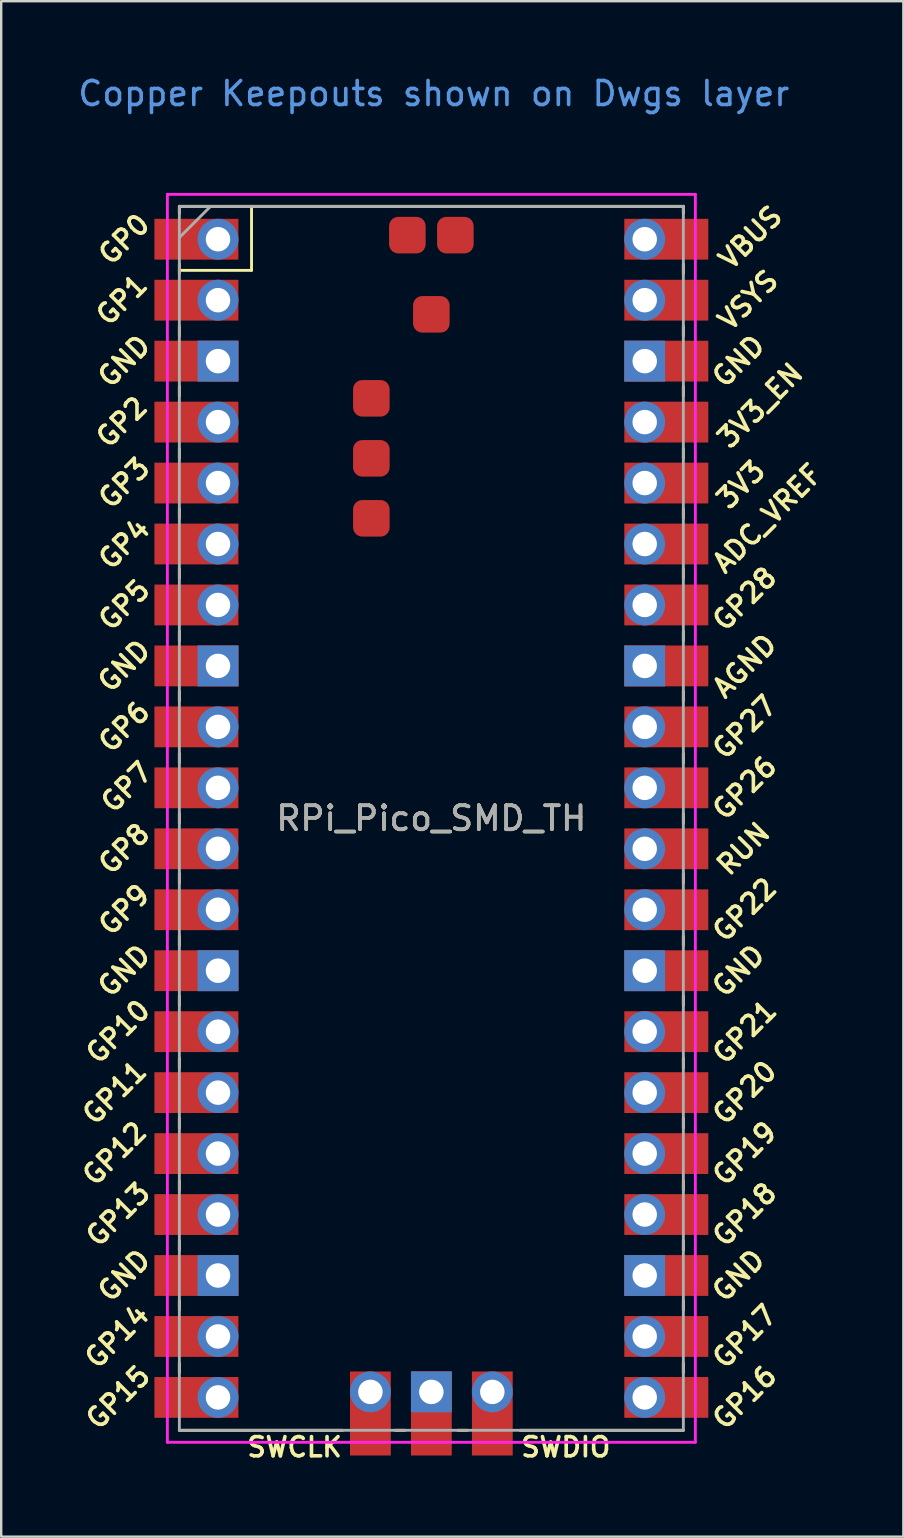
<source format=kicad_pcb>
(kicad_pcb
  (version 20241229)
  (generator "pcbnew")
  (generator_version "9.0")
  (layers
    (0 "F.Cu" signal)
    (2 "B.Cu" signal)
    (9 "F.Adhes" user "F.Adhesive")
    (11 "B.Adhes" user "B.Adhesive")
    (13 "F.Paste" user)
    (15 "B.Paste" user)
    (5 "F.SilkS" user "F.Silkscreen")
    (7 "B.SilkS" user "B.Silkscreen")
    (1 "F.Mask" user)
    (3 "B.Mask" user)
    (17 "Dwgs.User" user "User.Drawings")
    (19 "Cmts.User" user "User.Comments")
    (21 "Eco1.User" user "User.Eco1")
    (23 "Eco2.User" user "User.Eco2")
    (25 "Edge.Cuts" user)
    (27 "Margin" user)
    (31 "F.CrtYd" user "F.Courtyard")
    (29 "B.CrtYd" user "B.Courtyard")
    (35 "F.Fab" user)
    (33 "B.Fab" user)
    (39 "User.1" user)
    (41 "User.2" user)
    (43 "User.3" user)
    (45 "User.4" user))
  (footprint "RPi_Pico_SMD_TH"
    (layer "F.Cu")
    (at 14.924 31.048)
    (property "Reference" "RPi_Pico_SMD_TH" (at 0 0 0) (layer "F.SilkS") (effects (font (size 1 1) (thickness 0.15))))
    (attr through_hole)
    (fp_line (start -10.5 -25.5) (end -10.5 -25.2) (stroke (width 0.12) (type solid)) (layer "F.SilkS"))
    (fp_line (start -10.5 -25.5) (end 10.5 -25.5) (stroke (width 0.12) (type solid)) (layer "F.SilkS"))
    (fp_line (start -10.5 -23.1) (end -10.5 -22.7) (stroke (width 0.12) (type solid)) (layer "F.SilkS"))
    (fp_line (start -10.5 -22.833) (end -7.493 -22.833) (stroke (width 0.12) (type solid)) (layer "F.SilkS"))
    (fp_line (start -10.5 -20.5) (end -10.5 -20.1) (stroke (width 0.12) (type solid)) (layer "F.SilkS"))
    (fp_line (start -10.5 -18) (end -10.5 -17.6) (stroke (width 0.12) (type solid)) (layer "F.SilkS"))
    (fp_line (start -10.5 -15.4) (end -10.5 -15) (stroke (width 0.12) (type solid)) (layer "F.SilkS"))
    (fp_line (start -10.5 -12.9) (end -10.5 -12.5) (stroke (width 0.12) (type solid)) (layer "F.SilkS"))
    (fp_line (start -10.5 -10.4) (end -10.5 -10) (stroke (width 0.12) (type solid)) (layer "F.SilkS"))
    (fp_line (start -10.5 -7.8) (end -10.5 -7.4) (stroke (width 0.12) (type solid)) (layer "F.SilkS"))
    (fp_line (start -10.5 -5.3) (end -10.5 -4.9) (stroke (width 0.12) (type solid)) (layer "F.SilkS"))
    (fp_line (start -10.5 -2.7) (end -10.5 -2.3) (stroke (width 0.12) (type solid)) (layer "F.SilkS"))
    (fp_line (start -10.5 -0.2) (end -10.5 0.2) (stroke (width 0.12) (type solid)) (layer "F.SilkS"))
    (fp_line (start -10.5 2.3) (end -10.5 2.7) (stroke (width 0.12) (type solid)) (layer "F.SilkS"))
    (fp_line (start -10.5 4.9) (end -10.5 5.3) (stroke (width 0.12) (type solid)) (layer "F.SilkS"))
    (fp_line (start -10.5 7.4) (end -10.5 7.8) (stroke (width 0.12) (type solid)) (layer "F.SilkS"))
    (fp_line (start -10.5 10) (end -10.5 10.4) (stroke (width 0.12) (type solid)) (layer "F.SilkS"))
    (fp_line (start -10.5 12.5) (end -10.5 12.9) (stroke (width 0.12) (type solid)) (layer "F.SilkS"))
    (fp_line (start -10.5 15.1) (end -10.5 15.5) (stroke (width 0.12) (type solid)) (layer "F.SilkS"))
    (fp_line (start -10.5 17.6) (end -10.5 18) (stroke (width 0.12) (type solid)) (layer "F.SilkS"))
    (fp_line (start -10.5 20.1) (end -10.5 20.5) (stroke (width 0.12) (type solid)) (layer "F.SilkS"))
    (fp_line (start -10.5 22.7) (end -10.5 23.1) (stroke (width 0.12) (type solid)) (layer "F.SilkS"))
    (fp_line (start -7.493 -22.833) (end -7.493 -25.5) (stroke (width 0.12) (type solid)) (layer "F.SilkS"))
    (fp_line (start -3.7 25.5) (end -10.5 25.5) (stroke (width 0.12) (type solid)) (layer "F.SilkS"))
    (fp_line (start -1.5 25.5) (end -1.1 25.5) (stroke (width 0.12) (type solid)) (layer "F.SilkS"))
    (fp_line (start 1.1 25.5) (end 1.5 25.5) (stroke (width 0.12) (type solid)) (layer "F.SilkS"))
    (fp_line (start 10.5 -25.5) (end 10.5 -25.2) (stroke (width 0.12) (type solid)) (layer "F.SilkS"))
    (fp_line (start 10.5 -23.1) (end 10.5 -22.7) (stroke (width 0.12) (type solid)) (layer "F.SilkS"))
    (fp_line (start 10.5 -20.5) (end 10.5 -20.1) (stroke (width 0.12) (type solid)) (layer "F.SilkS"))
    (fp_line (start 10.5 -18) (end 10.5 -17.6) (stroke (width 0.12) (type solid)) (layer "F.SilkS"))
    (fp_line (start 10.5 -15.4) (end 10.5 -15) (stroke (width 0.12) (type solid)) (layer "F.SilkS"))
    (fp_line (start 10.5 -12.9) (end 10.5 -12.5) (stroke (width 0.12) (type solid)) (layer "F.SilkS"))
    (fp_line (start 10.5 -10.4) (end 10.5 -10) (stroke (width 0.12) (type solid)) (layer "F.SilkS"))
    (fp_line (start 10.5 -7.8) (end 10.5 -7.4) (stroke (width 0.12) (type solid)) (layer "F.SilkS"))
    (fp_line (start 10.5 -5.3) (end 10.5 -4.9) (stroke (width 0.12) (type solid)) (layer "F.SilkS"))
    (fp_line (start 10.5 -2.7) (end 10.5 -2.3) (stroke (width 0.12) (type solid)) (layer "F.SilkS"))
    (fp_line (start 10.5 -0.2) (end 10.5 0.2) (stroke (width 0.12) (type solid)) (layer "F.SilkS"))
    (fp_line (start 10.5 2.3) (end 10.5 2.7) (stroke (width 0.12) (type solid)) (layer "F.SilkS"))
    (fp_line (start 10.5 4.9) (end 10.5 5.3) (stroke (width 0.12) (type solid)) (layer "F.SilkS"))
    (fp_line (start 10.5 7.4) (end 10.5 7.8) (stroke (width 0.12) (type solid)) (layer "F.SilkS"))
    (fp_line (start 10.5 10) (end 10.5 10.4) (stroke (width 0.12) (type solid)) (layer "F.SilkS"))
    (fp_line (start 10.5 12.5) (end 10.5 12.9) (stroke (width 0.12) (type solid)) (layer "F.SilkS"))
    (fp_line (start 10.5 15.1) (end 10.5 15.5) (stroke (width 0.12) (type solid)) (layer "F.SilkS"))
    (fp_line (start 10.5 17.6) (end 10.5 18) (stroke (width 0.12) (type solid)) (layer "F.SilkS"))
    (fp_line (start 10.5 20.1) (end 10.5 20.5) (stroke (width 0.12) (type solid)) (layer "F.SilkS"))
    (fp_line (start 10.5 22.7) (end 10.5 23.1) (stroke (width 0.12) (type solid)) (layer "F.SilkS"))
    (fp_line (start 10.5 25.5) (end 3.7 25.5) (stroke (width 0.12) (type solid)) (layer "F.SilkS"))
    (fp_line (start -11 -26) (end 11 -26) (stroke (width 0.12) (type solid)) (layer "F.CrtYd"))
    (fp_line (start -11 26) (end -11 -26) (stroke (width 0.12) (type solid)) (layer "F.CrtYd"))
    (fp_line (start 11 -26) (end 11 26) (stroke (width 0.12) (type solid)) (layer "F.CrtYd"))
    (fp_line (start 11 26) (end -11 26) (stroke (width 0.12) (type solid)) (layer "F.CrtYd"))
    (fp_line (start -10.5 -25.5) (end 10.5 -25.5) (stroke (width 0.12) (type solid)) (layer "F.Fab"))
    (fp_line (start -10.5 -24.2) (end -9.2 -25.5) (stroke (width 0.12) (type solid)) (layer "F.Fab"))
    (fp_line (start -10.5 25.5) (end -10.5 -25.5) (stroke (width 0.12) (type solid)) (layer "F.Fab"))
    (fp_line (start 10.5 -25.5) (end 10.5 25.5) (stroke (width 0.12) (type solid)) (layer "F.Fab"))
    (fp_line (start 10.5 25.5) (end -10.5 25.5) (stroke (width 0.12) (type solid)) (layer "F.Fab"))
    (fp_text user "AGND" (at 13.054 -6.35 45) (layer "F.SilkS") (effects (font (size 0.8 0.8) (thickness 0.15))))
    (fp_text user "3V3_EN" (at 13.7 -17.2 45) (layer "F.SilkS") (effects (font (size 0.8 0.8) (thickness 0.15))))
    (fp_text user "GND" (at -12.8 -6.35 45) (layer "F.SilkS") (effects (font (size 0.8 0.8) (thickness 0.15))))
    (fp_text user "GP26" (at 13.054 -1.27 45) (layer "F.SilkS") (effects (font (size 0.8 0.8) (thickness 0.15))))
    (fp_text user "GND" (at -12.8 -19.05 45) (layer "F.SilkS") (effects (font (size 0.8 0.8) (thickness 0.15))))
    (fp_text user "GP6" (at -12.8 -3.81 45) (layer "F.SilkS") (effects (font (size 0.8 0.8) (thickness 0.15))))
    (fp_text user "GP7" (at -12.7 -1.3 45) (layer "F.SilkS") (effects (font (size 0.8 0.8) (thickness 0.15))))
    (fp_text user "GP9" (at -12.8 3.81 45) (layer "F.SilkS") (effects (font (size 0.8 0.8) (thickness 0.15))))
    (fp_text user "SWCLK" (at -5.7 26.2 0) (layer "F.SilkS") (effects (font (size 0.8 0.8) (thickness 0.15))))
    (fp_text user "GND" (at -12.8 6.35 45) (layer "F.SilkS") (effects (font (size 0.8 0.8) (thickness 0.15))))
    (fp_text user "GP27" (at 13.054 -3.8 45) (layer "F.SilkS") (effects (font (size 0.8 0.8) (thickness 0.15))))
    (fp_text user "GP28" (at 13.054 -9.144 45) (layer "F.SilkS") (effects (font (size 0.8 0.8) (thickness 0.15))))
    (fp_text user "GP19" (at 13.054 13.97 45) (layer "F.SilkS") (effects (font (size 0.8 0.8) (thickness 0.15))))
    (fp_text user "3V3" (at 12.9 -13.9 45) (layer "F.SilkS") (effects (font (size 0.8 0.8) (thickness 0.15))))
    (fp_text user "GND" (at 12.8 -19.05 45) (layer "F.SilkS") (effects (font (size 0.8 0.8) (thickness 0.15))))
    (fp_text user "GP0" (at -12.8 -24.13 45) (layer "F.SilkS") (effects (font (size 0.8 0.8) (thickness 0.15))))
    (fp_text user "GP2" (at -12.9 -16.51 45) (layer "F.SilkS") (effects (font (size 0.8 0.8) (thickness 0.15))))
    (fp_text user "GP8" (at -12.8 1.27 45) (layer "F.SilkS") (effects (font (size 0.8 0.8) (thickness 0.15))))
    (fp_text user "GP13" (at -13.054 16.51 45) (layer "F.SilkS") (effects (font (size 0.8 0.8) (thickness 0.15))))
    (fp_text user "GP14" (at -13.1 21.59 45) (layer "F.SilkS") (effects (font (size 0.8 0.8) (thickness 0.15))))
    (fp_text user "RUN" (at 13 1.27 45) (layer "F.SilkS") (effects (font (size 0.8 0.8) (thickness 0.15))))
    (fp_text user "VBUS" (at 13.3 -24.2 45) (layer "F.SilkS") (effects (font (size 0.8 0.8) (thickness 0.15))))
    (fp_text user "GND" (at 12.8 19.05 45) (layer "F.SilkS") (effects (font (size 0.8 0.8) (thickness 0.15))))
    (fp_text user "GP3" (at -12.8 -13.97 45) (layer "F.SilkS") (effects (font (size 0.8 0.8) (thickness 0.15))))
    (fp_text user "GP21" (at 13.054 8.9 45) (layer "F.SilkS") (effects (font (size 0.8 0.8) (thickness 0.15))))
    (fp_text user "GP15" (at -13.054 24.13 45) (layer "F.SilkS") (effects (font (size 0.8 0.8) (thickness 0.15))))
    (fp_text user "GP20" (at 13.054 11.43 45) (layer "F.SilkS") (effects (font (size 0.8 0.8) (thickness 0.15))))
    (fp_text user "GP11" (at -13.2 11.43 45) (layer "F.SilkS") (effects (font (size 0.8 0.8) (thickness 0.15))))
    (fp_text user "GP12" (at -13.2 13.97 45) (layer "F.SilkS") (effects (font (size 0.8 0.8) (thickness 0.15))))
    (fp_text user "GP5" (at -12.8 -8.89 45) (layer "F.SilkS") (effects (font (size 0.8 0.8) (thickness 0.15))))
    (fp_text user "SWDIO" (at 5.6 26.2 0) (layer "F.SilkS") (effects (font (size 0.8 0.8) (thickness 0.15))))
    (fp_text user "GP16" (at 13.054 24.13 45) (layer "F.SilkS") (effects (font (size 0.8 0.8) (thickness 0.15))))
    (fp_text user "GP1" (at -12.9 -21.6 45) (layer "F.SilkS") (effects (font (size 0.8 0.8) (thickness 0.15))))
    (fp_text user "GND" (at -12.8 19.05 45) (layer "F.SilkS") (effects (font (size 0.8 0.8) (thickness 0.15))))
    (fp_text user "GP18" (at 13.054 16.51 45) (layer "F.SilkS") (effects (font (size 0.8 0.8) (thickness 0.15))))
    (fp_text user "ADC_VREF" (at 14 -12.5 45) (layer "F.SilkS") (effects (font (size 0.8 0.8) (thickness 0.15))))
    (fp_text user "GP22" (at 13.054 3.81 45) (layer "F.SilkS") (effects (font (size 0.8 0.8) (thickness 0.15))))
    (fp_text user "GP10" (at -13.054 8.89 45) (layer "F.SilkS") (effects (font (size 0.8 0.8) (thickness 0.15))))
    (fp_text user "GP17" (at 13.054 21.59 45) (layer "F.SilkS") (effects (font (size 0.8 0.8) (thickness 0.15))))
    (fp_text user "GND" (at 12.8 6.35 45) (layer "F.SilkS") (effects (font (size 0.8 0.8) (thickness 0.15))))
    (fp_text user "GP4" (at -12.8 -11.43 45) (layer "F.SilkS") (effects (font (size 0.8 0.8) (thickness 0.15))))
    (fp_text user "VSYS" (at 13.2 -21.59 45) (layer "F.SilkS") (effects (font (size 0.8 0.8) (thickness 0.15))))
    (fp_text user "Copper Keepouts shown on Dwgs layer" (at 0.1 -30.2 0) (layer "Cmts.User") (effects (font (size 1 1) (thickness 0.15))))
    (fp_text user "${REFERENCE}" (at 0 0 180) (layer "F.Fab") (effects (font (size 1 1) (thickness 0.15))))
    (pad "1" thru_hole oval (at -8.89 -24.13) (size 1.7 1.7) (drill 1.02) (layers "*.Cu" "*.Mask"))
    (pad "1" smd rect (at -8.89 -24.13) (size 3.5 1.7) (drill (offset -0.9 0)) (layers "F.Cu" "F.Mask"))
    (pad "2" thru_hole oval (at -8.89 -21.59) (size 1.7 1.7) (drill 1.02) (layers "*.Cu" "*.Mask"))
    (pad "2" smd rect (at -8.89 -21.59) (size 3.5 1.7) (drill (offset -0.9 0)) (layers "F.Cu" "F.Mask"))
    (pad "3" thru_hole rect (at -8.89 -19.05) (size 1.7 1.7) (drill 1.02) (layers "*.Cu" "*.Mask"))
    (pad "3" smd rect (at -8.89 -19.05) (size 3.5 1.7) (drill (offset -0.9 0)) (layers "F.Cu" "F.Mask"))
    (pad "4" thru_hole oval (at -8.89 -16.51) (size 1.7 1.7) (drill 1.02) (layers "*.Cu" "*.Mask"))
    (pad "4" smd rect (at -8.89 -16.51) (size 3.5 1.7) (drill (offset -0.9 0)) (layers "F.Cu" "F.Mask"))
    (pad "5" thru_hole oval (at -8.89 -13.97) (size 1.7 1.7) (drill 1.02) (layers "*.Cu" "*.Mask"))
    (pad "5" smd rect (at -8.89 -13.97) (size 3.5 1.7) (drill (offset -0.9 0)) (layers "F.Cu" "F.Mask"))
    (pad "6" thru_hole oval (at -8.89 -11.43) (size 1.7 1.7) (drill 1.02) (layers "*.Cu" "*.Mask"))
    (pad "6" smd rect (at -8.89 -11.43) (size 3.5 1.7) (drill (offset -0.9 0)) (layers "F.Cu" "F.Mask"))
    (pad "7" thru_hole oval (at -8.89 -8.89) (size 1.7 1.7) (drill 1.02) (layers "*.Cu" "*.Mask"))
    (pad "7" smd rect (at -8.89 -8.89) (size 3.5 1.7) (drill (offset -0.9 0)) (layers "F.Cu" "F.Mask"))
    (pad "8" thru_hole rect (at -8.89 -6.35) (size 1.7 1.7) (drill 1.02) (layers "*.Cu" "*.Mask"))
    (pad "8" smd rect (at -8.89 -6.35) (size 3.5 1.7) (drill (offset -0.9 0)) (layers "F.Cu" "F.Mask"))
    (pad "9" thru_hole oval (at -8.89 -3.81) (size 1.7 1.7) (drill 1.02) (layers "*.Cu" "*.Mask"))
    (pad "9" smd rect (at -8.89 -3.81) (size 3.5 1.7) (drill (offset -0.9 0)) (layers "F.Cu" "F.Mask"))
    (pad "10" thru_hole oval (at -8.89 -1.27) (size 1.7 1.7) (drill 1.02) (layers "*.Cu" "*.Mask"))
    (pad "10" smd rect (at -8.89 -1.27) (size 3.5 1.7) (drill (offset -0.9 0)) (layers "F.Cu" "F.Mask"))
    (pad "11" thru_hole oval (at -8.89 1.27) (size 1.7 1.7) (drill 1.02) (layers "*.Cu" "*.Mask"))
    (pad "11" smd rect (at -8.89 1.27) (size 3.5 1.7) (drill (offset -0.9 0)) (layers "F.Cu" "F.Mask"))
    (pad "12" thru_hole oval (at -8.89 3.81) (size 1.7 1.7) (drill 1.02) (layers "*.Cu" "*.Mask"))
    (pad "12" smd rect (at -8.89 3.81) (size 3.5 1.7) (drill (offset -0.9 0)) (layers "F.Cu" "F.Mask"))
    (pad "13" thru_hole rect (at -8.89 6.35) (size 1.7 1.7) (drill 1.02) (layers "*.Cu" "*.Mask"))
    (pad "13" smd rect (at -8.89 6.35) (size 3.5 1.7) (drill (offset -0.9 0)) (layers "F.Cu" "F.Mask"))
    (pad "14" thru_hole oval (at -8.89 8.89) (size 1.7 1.7) (drill 1.02) (layers "*.Cu" "*.Mask"))
    (pad "14" smd rect (at -8.89 8.89) (size 3.5 1.7) (drill (offset -0.9 0)) (layers "F.Cu" "F.Mask"))
    (pad "15" thru_hole oval (at -8.89 11.43) (size 1.7 1.7) (drill 1.02) (layers "*.Cu" "*.Mask"))
    (pad "15" smd rect (at -8.89 11.43) (size 3.5 1.7) (drill (offset -0.9 0)) (layers "F.Cu" "F.Mask"))
    (pad "16" thru_hole oval (at -8.89 13.97) (size 1.7 1.7) (drill 1.02) (layers "*.Cu" "*.Mask"))
    (pad "16" smd rect (at -8.89 13.97) (size 3.5 1.7) (drill (offset -0.9 0)) (layers "F.Cu" "F.Mask"))
    (pad "17" thru_hole oval (at -8.89 16.51) (size 1.7 1.7) (drill 1.02) (layers "*.Cu" "*.Mask"))
    (pad "17" smd rect (at -8.89 16.51) (size 3.5 1.7) (drill (offset -0.9 0)) (layers "F.Cu" "F.Mask"))
    (pad "18" thru_hole rect (at -8.89 19.05) (size 1.7 1.7) (drill 1.02) (layers "*.Cu" "*.Mask"))
    (pad "18" smd rect (at -8.89 19.05) (size 3.5 1.7) (drill (offset -0.9 0)) (layers "F.Cu" "F.Mask"))
    (pad "19" thru_hole oval (at -8.89 21.59) (size 1.7 1.7) (drill 1.02) (layers "*.Cu" "*.Mask"))
    (pad "19" smd rect (at -8.89 21.59) (size 3.5 1.7) (drill (offset -0.9 0)) (layers "F.Cu" "F.Mask"))
    (pad "20" thru_hole oval (at -8.89 24.13) (size 1.7 1.7) (drill 1.02) (layers "*.Cu" "*.Mask"))
    (pad "20" smd rect (at -8.89 24.13) (size 3.5 1.7) (drill (offset -0.9 0)) (layers "F.Cu" "F.Mask"))
    (pad "21" thru_hole oval (at 8.89 24.13) (size 1.7 1.7) (drill 1.02) (layers "*.Cu" "*.Mask"))
    (pad "21" smd rect (at 8.89 24.13) (size 3.5 1.7) (drill (offset 0.9 0)) (layers "F.Cu" "F.Mask"))
    (pad "22" thru_hole oval (at 8.89 21.59) (size 1.7 1.7) (drill 1.02) (layers "*.Cu" "*.Mask"))
    (pad "22" smd rect (at 8.89 21.59) (size 3.5 1.7) (drill (offset 0.9 0)) (layers "F.Cu" "F.Mask"))
    (pad "23" thru_hole rect (at 8.89 19.05) (size 1.7 1.7) (drill 1.02) (layers "*.Cu" "*.Mask"))
    (pad "23" smd rect (at 8.89 19.05) (size 3.5 1.7) (drill (offset 0.9 0)) (layers "F.Cu" "F.Mask"))
    (pad "24" thru_hole oval (at 8.89 16.51) (size 1.7 1.7) (drill 1.02) (layers "*.Cu" "*.Mask"))
    (pad "24" smd rect (at 8.89 16.51) (size 3.5 1.7) (drill (offset 0.9 0)) (layers "F.Cu" "F.Mask"))
    (pad "25" thru_hole oval (at 8.89 13.97) (size 1.7 1.7) (drill 1.02) (layers "*.Cu" "*.Mask"))
    (pad "25" smd rect (at 8.89 13.97) (size 3.5 1.7) (drill (offset 0.9 0)) (layers "F.Cu" "F.Mask"))
    (pad "26" thru_hole oval (at 8.89 11.43) (size 1.7 1.7) (drill 1.02) (layers "*.Cu" "*.Mask"))
    (pad "26" smd rect (at 8.89 11.43) (size 3.5 1.7) (drill (offset 0.9 0)) (layers "F.Cu" "F.Mask"))
    (pad "27" thru_hole oval (at 8.89 8.89) (size 1.7 1.7) (drill 1.02) (layers "*.Cu" "*.Mask"))
    (pad "27" smd rect (at 8.89 8.89) (size 3.5 1.7) (drill (offset 0.9 0)) (layers "F.Cu" "F.Mask"))
    (pad "28" thru_hole rect (at 8.89 6.35) (size 1.7 1.7) (drill 1.02) (layers "*.Cu" "*.Mask"))
    (pad "28" smd rect (at 8.89 6.35) (size 3.5 1.7) (drill (offset 0.9 0)) (layers "F.Cu" "F.Mask"))
    (pad "29" thru_hole oval (at 8.89 3.81) (size 1.7 1.7) (drill 1.02) (layers "*.Cu" "*.Mask"))
    (pad "29" smd rect (at 8.89 3.81) (size 3.5 1.7) (drill (offset 0.9 0)) (layers "F.Cu" "F.Mask"))
    (pad "30" thru_hole oval (at 8.89 1.27) (size 1.7 1.7) (drill 1.02) (layers "*.Cu" "*.Mask"))
    (pad "30" smd rect (at 8.89 1.27) (size 3.5 1.7) (drill (offset 0.9 0)) (layers "F.Cu" "F.Mask"))
    (pad "31" thru_hole oval (at 8.89 -1.27) (size 1.7 1.7) (drill 1.02) (layers "*.Cu" "*.Mask"))
    (pad "31" smd rect (at 8.89 -1.27) (size 3.5 1.7) (drill (offset 0.9 0)) (layers "F.Cu" "F.Mask"))
    (pad "32" thru_hole oval (at 8.89 -3.81) (size 1.7 1.7) (drill 1.02) (layers "*.Cu" "*.Mask"))
    (pad "32" smd rect (at 8.89 -3.81) (size 3.5 1.7) (drill (offset 0.9 0)) (layers "F.Cu" "F.Mask"))
    (pad "33" thru_hole rect (at 8.89 -6.35) (size 1.7 1.7) (drill 1.02) (layers "*.Cu" "*.Mask"))
    (pad "33" smd rect (at 8.89 -6.35) (size 3.5 1.7) (drill (offset 0.9 0)) (layers "F.Cu" "F.Mask"))
    (pad "34" thru_hole oval (at 8.89 -8.89) (size 1.7 1.7) (drill 1.02) (layers "*.Cu" "*.Mask"))
    (pad "34" smd rect (at 8.89 -8.89) (size 3.5 1.7) (drill (offset 0.9 0)) (layers "F.Cu" "F.Mask"))
    (pad "35" thru_hole oval (at 8.89 -11.43) (size 1.7 1.7) (drill 1.02) (layers "*.Cu" "*.Mask"))
    (pad "35" smd rect (at 8.89 -11.43) (size 3.5 1.7) (drill (offset 0.9 0)) (layers "F.Cu" "F.Mask"))
    (pad "36" thru_hole oval (at 8.89 -13.97) (size 1.7 1.7) (drill 1.02) (layers "*.Cu" "*.Mask"))
    (pad "36" smd rect (at 8.89 -13.97) (size 3.5 1.7) (drill (offset 0.9 0)) (layers "F.Cu" "F.Mask"))
    (pad "37" thru_hole oval (at 8.89 -16.51) (size 1.7 1.7) (drill 1.02) (layers "*.Cu" "*.Mask"))
    (pad "37" smd rect (at 8.89 -16.51) (size 3.5 1.7) (drill (offset 0.9 0)) (layers "F.Cu" "F.Mask"))
    (pad "38" thru_hole rect (at 8.89 -19.05) (size 1.7 1.7) (drill 1.02) (layers "*.Cu" "*.Mask"))
    (pad "38" smd rect (at 8.89 -19.05) (size 3.5 1.7) (drill (offset 0.9 0)) (layers "F.Cu" "F.Mask"))
    (pad "39" thru_hole oval (at 8.89 -21.59) (size 1.7 1.7) (drill 1.02) (layers "*.Cu" "*.Mask"))
    (pad "39" smd rect (at 8.89 -21.59) (size 3.5 1.7) (drill (offset 0.9 0)) (layers "F.Cu" "F.Mask"))
    (pad "40" thru_hole oval (at 8.89 -24.13) (size 1.7 1.7) (drill 1.02) (layers "*.Cu" "*.Mask"))
    (pad "40" smd rect (at 8.89 -24.13) (size 3.5 1.7) (drill (offset 0.9 0)) (layers "F.Cu" "F.Mask"))
    (pad "41" thru_hole oval (at -2.54 23.9) (size 1.7 1.7) (drill 1.02) (layers "*.Cu" "*.Mask"))
    (pad "41" smd rect (at -2.54 23.9 90) (size 3.5 1.7) (drill (offset -0.9 0)) (layers "F.Cu" "F.Mask"))
    (pad "42" thru_hole rect (at 0 23.9) (size 1.7 1.7) (drill 1.02) (layers "*.Cu" "*.Mask"))
    (pad "42" smd rect (at 0 23.9 90) (size 3.5 1.7) (drill (offset -0.9 0)) (layers "F.Cu" "F.Mask"))
    (pad "43" thru_hole oval (at 2.54 23.9) (size 1.7 1.7) (drill 1.02) (layers "*.Cu" "*.Mask"))
    (pad "43" smd rect (at 2.54 23.9 90) (size 3.5 1.7) (drill (offset -0.9 0)) (layers "F.Cu" "F.Mask"))
    (pad "TP1" smd roundrect (at -1 -24.3) (size 1.524 1.524) (layers "F.Cu" "F.Mask" "F.Paste") (roundrect_rratio 0.25))
    (pad "TP2" smd roundrect (at 1 -24.3) (size 1.524 1.524) (layers "F.Cu" "F.Mask" "F.Paste") (roundrect_rratio 0.25))
    (pad "TP3" smd roundrect (at 0 -21) (size 1.524 1.524) (layers "F.Cu" "F.Mask" "F.Paste") (roundrect_rratio 0.25))
    (pad "TP4" smd roundrect (at -2.5 -17.5) (size 1.524 1.524) (layers "F.Cu" "F.Mask" "F.Paste") (roundrect_rratio 0.25))
    (pad "TP5" smd roundrect (at -2.5 -15) (size 1.524 1.524) (layers "F.Cu" "F.Mask" "F.Paste") (roundrect_rratio 0.25))
    (pad "TP6" smd roundrect (at -2.5 -12.5) (size 1.524 1.524) (layers "F.Cu" "F.Mask" "F.Paste") (roundrect_rratio 0.25)))
  (gr_rect
    (start -3 -3)
    (end 34.591 60.98)
    (stroke (width 0.1) (type default))
    (fill no)
    (layer "Edge.Cuts")))
</source>
